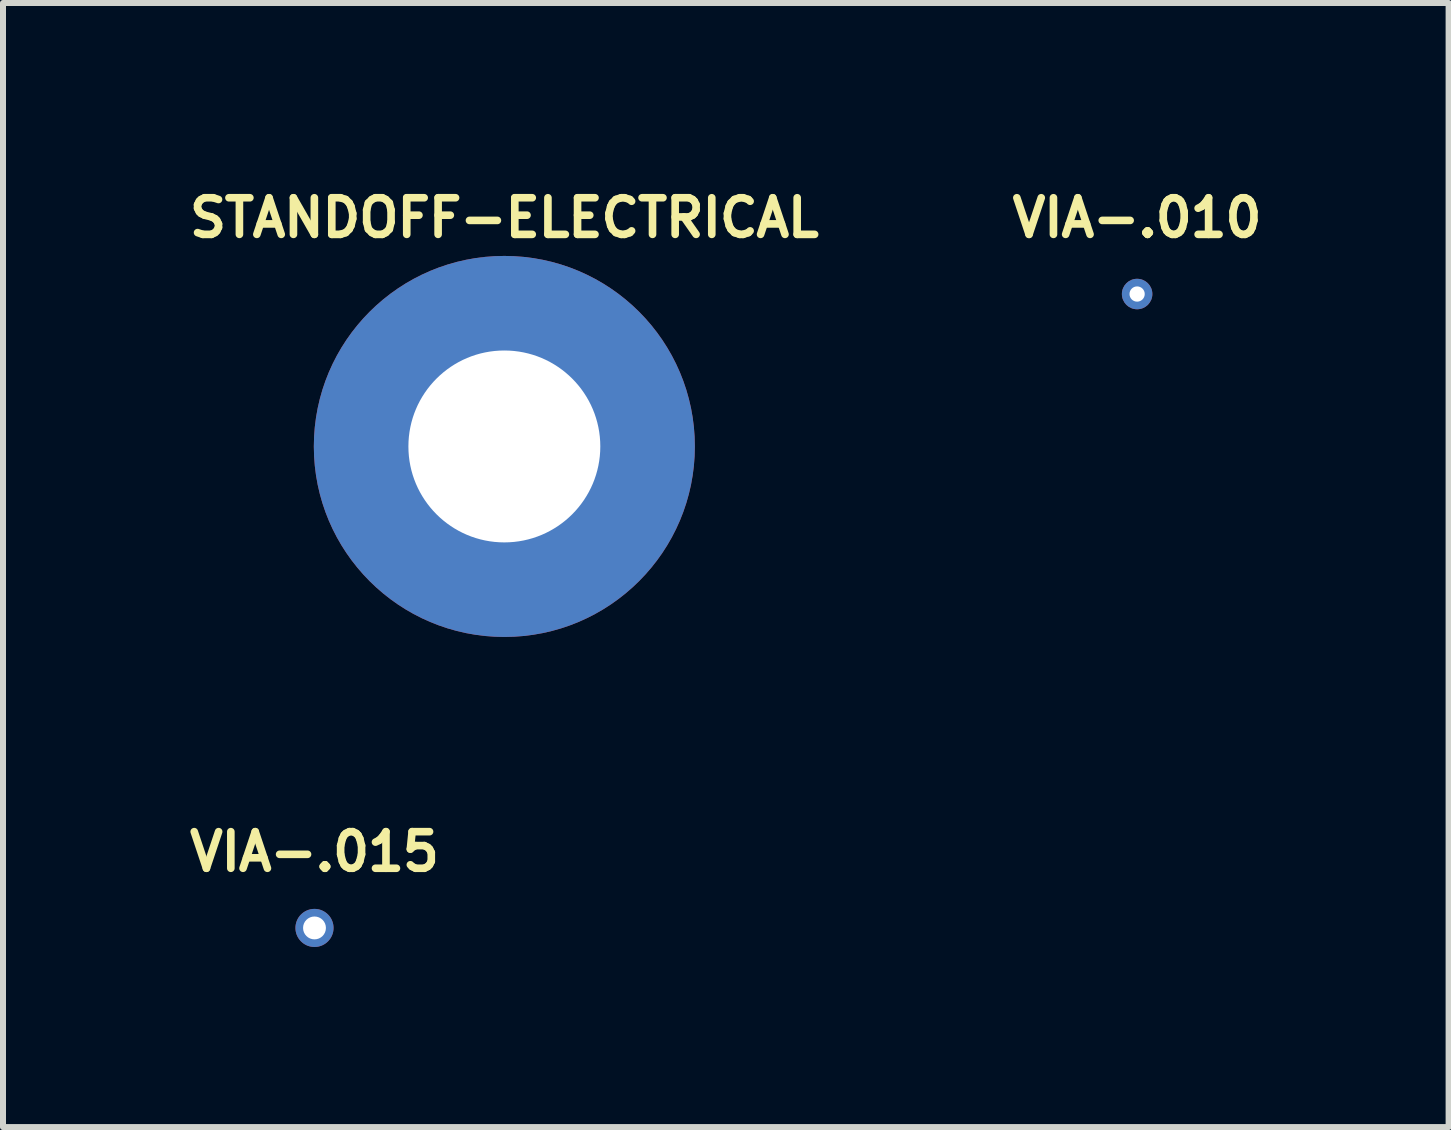
<source format=kicad_pcb>
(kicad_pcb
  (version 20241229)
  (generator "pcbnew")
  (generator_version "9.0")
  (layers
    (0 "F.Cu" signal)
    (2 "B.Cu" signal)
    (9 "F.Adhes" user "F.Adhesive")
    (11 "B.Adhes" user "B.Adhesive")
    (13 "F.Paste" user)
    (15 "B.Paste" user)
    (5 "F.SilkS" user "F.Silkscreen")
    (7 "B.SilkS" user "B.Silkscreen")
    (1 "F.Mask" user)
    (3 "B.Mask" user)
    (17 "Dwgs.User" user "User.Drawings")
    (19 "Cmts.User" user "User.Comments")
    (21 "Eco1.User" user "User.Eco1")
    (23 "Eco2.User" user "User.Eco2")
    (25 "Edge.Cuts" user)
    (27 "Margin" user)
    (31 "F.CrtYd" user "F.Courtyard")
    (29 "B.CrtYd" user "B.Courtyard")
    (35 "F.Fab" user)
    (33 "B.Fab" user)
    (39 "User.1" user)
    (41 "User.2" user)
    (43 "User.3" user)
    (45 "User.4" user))
  (footprint "VIA-.010"
    (layer "F.Cu")
    (at 15.9 1.85)
    (property "Reference" "VIA-.010" (at 0 -1.27 0) (layer "F.SilkS") (effects (font (size 0.61 0.61) (thickness 0.127))))
    (attr through_hole)
    (pad "1" thru_hole circle (at 0 0) (size 0.508 0.508) (drill 0.254) (layers "*.Cu")))
  (footprint "STANDOFF-ELECTRICAL"
    (layer "F.Cu")
    (at 5.355 4.39)
    (property "Reference" "STANDOFF-ELECTRICAL" (at 0 -3.81 0) (layer "F.SilkS") (effects (font (size 0.61 0.61) (thickness 0.127))))
    (attr exclude_from_pos_files exclude_from_bom)
    (pad "P1" thru_hole circle (at 0 0) (size 6.35 6.35) (drill 3.198) (layers "*.Cu" "*.Mask")))
  (footprint "VIA-.015"
    (layer "F.Cu")
    (at 2.191 12.414)
    (property "Reference" "VIA-.015" (at 0 -1.27 0) (layer "F.SilkS") (effects (font (size 0.61 0.61) (thickness 0.127))))
    (attr through_hole)
    (pad "1" thru_hole circle (at 0 0) (size 0.635 0.635) (drill 0.381) (layers "*.Cu")))
  (gr_rect
    (start -3 -3)
    (end 21.091 15.732)
    (stroke (width 0.1) (type default))
    (fill no)
    (layer "Edge.Cuts")))
</source>
